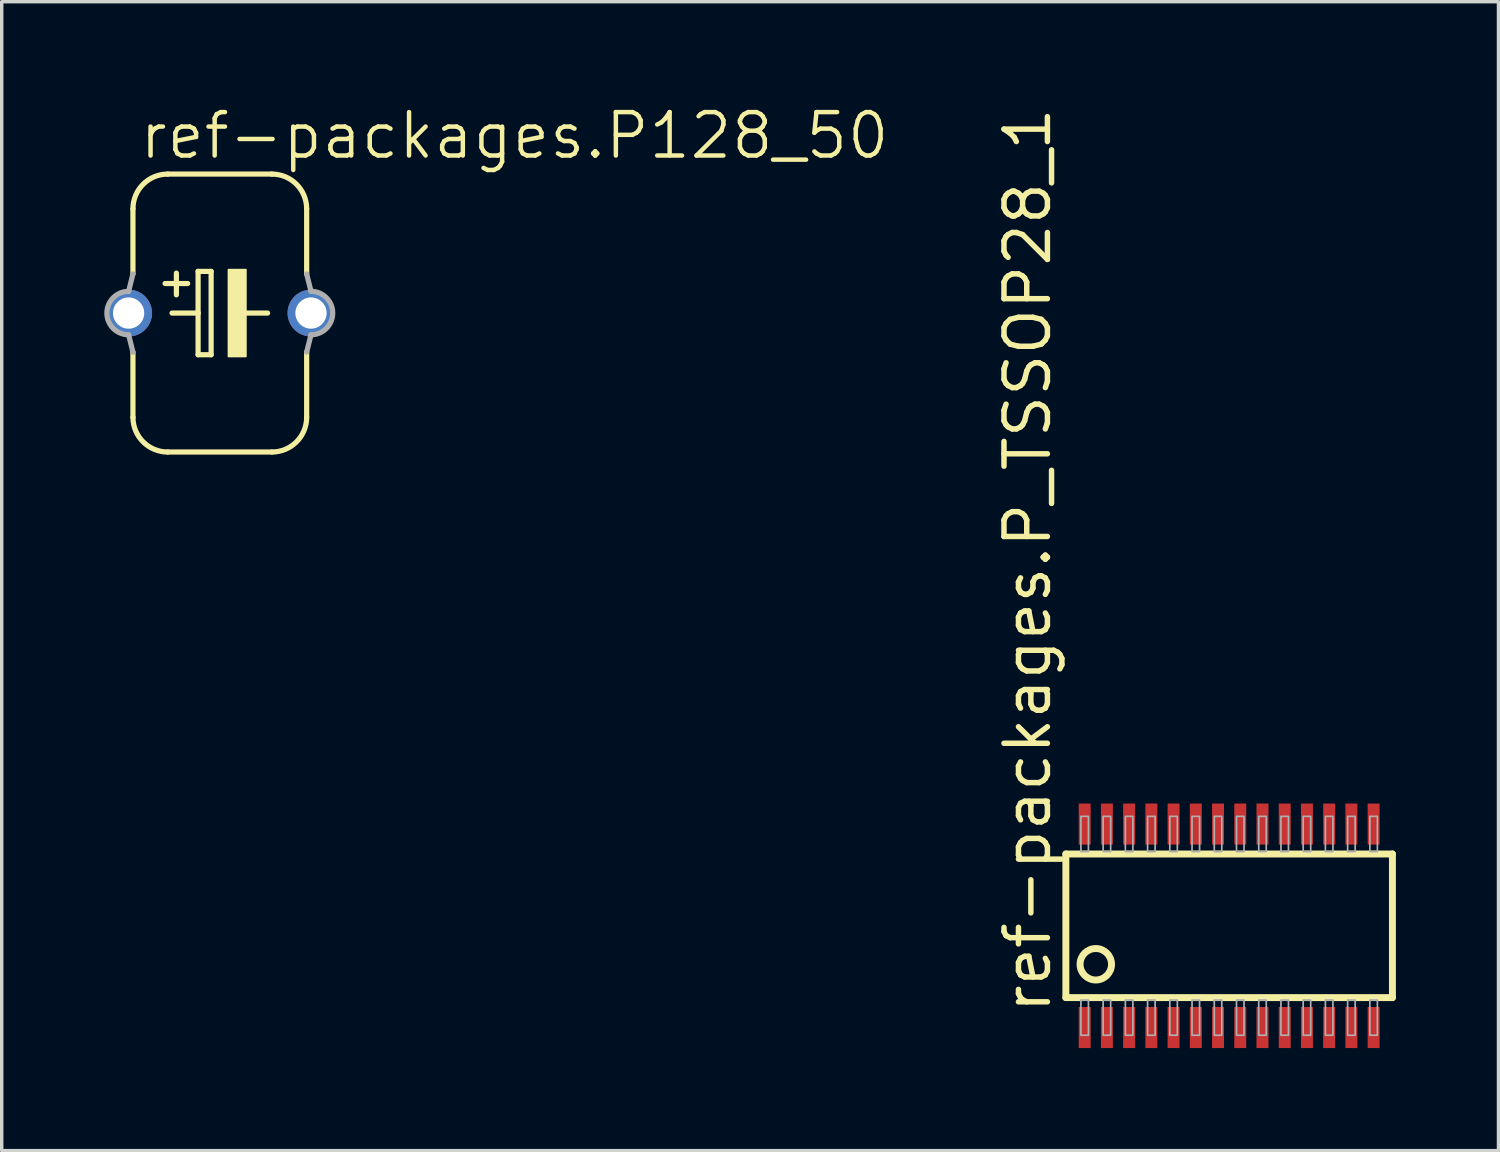
<source format=kicad_pcb>
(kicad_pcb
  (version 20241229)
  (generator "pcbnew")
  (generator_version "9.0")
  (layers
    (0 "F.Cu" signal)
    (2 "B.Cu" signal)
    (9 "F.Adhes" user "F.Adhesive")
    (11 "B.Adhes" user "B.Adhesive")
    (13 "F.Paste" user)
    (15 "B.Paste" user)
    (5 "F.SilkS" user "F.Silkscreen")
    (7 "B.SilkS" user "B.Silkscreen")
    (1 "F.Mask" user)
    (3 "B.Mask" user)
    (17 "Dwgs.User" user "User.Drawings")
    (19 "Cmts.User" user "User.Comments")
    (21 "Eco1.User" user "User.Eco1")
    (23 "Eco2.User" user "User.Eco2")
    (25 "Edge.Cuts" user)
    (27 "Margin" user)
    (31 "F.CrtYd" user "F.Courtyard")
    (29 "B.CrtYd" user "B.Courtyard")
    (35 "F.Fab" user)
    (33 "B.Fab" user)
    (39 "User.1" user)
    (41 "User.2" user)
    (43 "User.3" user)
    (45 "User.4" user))
  (footprint "ref-packages.P_TSSOP28_1"
    (layer "F.Cu")
    (at 32.895 24.024)
    (property "Reference" "ref-packages.P_TSSOP28_1" (at -5.151 2.63 90) (layer "F.SilkS") (effects (font (size 1.27 1.27) (thickness 0.16)) (justify left bottom)))
    (attr smd)
    (fp_line (start -4.775 -2.1) (end -4.775 2.1) (stroke (width 0.203) (type default)) (layer "F.SilkS"))
    (fp_line (start -4.775 2.1) (end 4.775 2.1) (stroke (width 0.203) (type default)) (layer "F.SilkS"))
    (fp_line (start 4.775 -2.1) (end -4.775 -2.1) (stroke (width 0.203) (type default)) (layer "F.SilkS"))
    (fp_line (start 4.775 2.1) (end 4.775 -2.1) (stroke (width 0.203) (type default)) (layer "F.SilkS"))
    (fp_circle (center -3.9 1.125) (end -3.44 1.125) (stroke (width 0.203) (type default)) (fill no) (layer "F.SilkS"))
    (fp_rect (start -4.335 -2.17) (end -4.115 -3.2) (stroke (width 0.05) (type default)) (fill no) (layer "F.Fab"))
    (fp_rect (start -4.335 3.2) (end -4.115 2.17) (stroke (width 0.05) (type default)) (fill no) (layer "F.Fab"))
    (fp_rect (start -3.685 -2.17) (end -3.465 -3.2) (stroke (width 0.05) (type default)) (fill no) (layer "F.Fab"))
    (fp_rect (start -3.685 3.2) (end -3.465 2.17) (stroke (width 0.05) (type default)) (fill no) (layer "F.Fab"))
    (fp_rect (start -3.035 -2.17) (end -2.815 -3.2) (stroke (width 0.05) (type default)) (fill no) (layer "F.Fab"))
    (fp_rect (start -3.035 3.2) (end -2.815 2.17) (stroke (width 0.05) (type default)) (fill no) (layer "F.Fab"))
    (fp_rect (start -2.385 -2.17) (end -2.165 -3.2) (stroke (width 0.05) (type default)) (fill no) (layer "F.Fab"))
    (fp_rect (start -2.385 3.2) (end -2.165 2.17) (stroke (width 0.05) (type default)) (fill no) (layer "F.Fab"))
    (fp_rect (start -1.735 -2.17) (end -1.515 -3.2) (stroke (width 0.05) (type default)) (fill no) (layer "F.Fab"))
    (fp_rect (start -1.735 3.2) (end -1.515 2.17) (stroke (width 0.05) (type default)) (fill no) (layer "F.Fab"))
    (fp_rect (start -1.085 -2.17) (end -0.865 -3.2) (stroke (width 0.05) (type default)) (fill no) (layer "F.Fab"))
    (fp_rect (start -1.085 3.2) (end -0.865 2.17) (stroke (width 0.05) (type default)) (fill no) (layer "F.Fab"))
    (fp_rect (start -0.435 -2.17) (end -0.215 -3.2) (stroke (width 0.05) (type default)) (fill no) (layer "F.Fab"))
    (fp_rect (start -0.435 3.2) (end -0.215 2.17) (stroke (width 0.05) (type default)) (fill no) (layer "F.Fab"))
    (fp_rect (start 0.215 -2.17) (end 0.435 -3.2) (stroke (width 0.05) (type default)) (fill no) (layer "F.Fab"))
    (fp_rect (start 0.215 3.2) (end 0.435 2.17) (stroke (width 0.05) (type default)) (fill no) (layer "F.Fab"))
    (fp_rect (start 0.865 -2.17) (end 1.085 -3.2) (stroke (width 0.05) (type default)) (fill no) (layer "F.Fab"))
    (fp_rect (start 0.865 3.2) (end 1.085 2.17) (stroke (width 0.05) (type default)) (fill no) (layer "F.Fab"))
    (fp_rect (start 1.515 -2.17) (end 1.735 -3.2) (stroke (width 0.05) (type default)) (fill no) (layer "F.Fab"))
    (fp_rect (start 1.515 3.2) (end 1.735 2.17) (stroke (width 0.05) (type default)) (fill no) (layer "F.Fab"))
    (fp_rect (start 2.165 -2.17) (end 2.385 -3.2) (stroke (width 0.05) (type default)) (fill no) (layer "F.Fab"))
    (fp_rect (start 2.165 3.2) (end 2.385 2.17) (stroke (width 0.05) (type default)) (fill no) (layer "F.Fab"))
    (fp_rect (start 2.815 -2.17) (end 3.035 -3.2) (stroke (width 0.05) (type default)) (fill no) (layer "F.Fab"))
    (fp_rect (start 2.815 3.2) (end 3.035 2.17) (stroke (width 0.05) (type default)) (fill no) (layer "F.Fab"))
    (fp_rect (start 3.465 -2.17) (end 3.685 -3.2) (stroke (width 0.05) (type default)) (fill no) (layer "F.Fab"))
    (fp_rect (start 3.465 3.2) (end 3.685 2.17) (stroke (width 0.05) (type default)) (fill no) (layer "F.Fab"))
    (fp_rect (start 4.115 -2.17) (end 4.335 -3.2) (stroke (width 0.05) (type default)) (fill no) (layer "F.Fab"))
    (fp_rect (start 4.115 3.2) (end 4.335 2.17) (stroke (width 0.05) (type default)) (fill no) (layer "F.Fab"))
    (pad "1" smd roundrect (at -4.225 2.975) (size 0.35 1.2) (layers "F.Cu" "F.Mask" "F.Paste") (roundrect_rratio 0.01))
    (pad "2" smd roundrect (at -3.575 2.975) (size 0.35 1.2) (layers "F.Cu" "F.Mask" "F.Paste") (roundrect_rratio 0.01))
    (pad "3" smd roundrect (at -2.925 2.975) (size 0.35 1.2) (layers "F.Cu" "F.Mask" "F.Paste") (roundrect_rratio 0.01))
    (pad "4" smd roundrect (at -2.275 2.975) (size 0.35 1.2) (layers "F.Cu" "F.Mask" "F.Paste") (roundrect_rratio 0.01))
    (pad "5" smd roundrect (at -1.625 2.975) (size 0.35 1.2) (layers "F.Cu" "F.Mask" "F.Paste") (roundrect_rratio 0.01))
    (pad "6" smd roundrect (at -0.975 2.975) (size 0.35 1.2) (layers "F.Cu" "F.Mask" "F.Paste") (roundrect_rratio 0.01))
    (pad "7" smd roundrect (at -0.325 2.975) (size 0.35 1.2) (layers "F.Cu" "F.Mask" "F.Paste") (roundrect_rratio 0.01))
    (pad "8" smd roundrect (at 0.325 2.975) (size 0.35 1.2) (layers "F.Cu" "F.Mask" "F.Paste") (roundrect_rratio 0.01))
    (pad "9" smd roundrect (at 0.975 2.975) (size 0.35 1.2) (layers "F.Cu" "F.Mask" "F.Paste") (roundrect_rratio 0.01))
    (pad "10" smd roundrect (at 1.625 2.975) (size 0.35 1.2) (layers "F.Cu" "F.Mask" "F.Paste") (roundrect_rratio 0.01))
    (pad "11" smd roundrect (at 2.275 2.975) (size 0.35 1.2) (layers "F.Cu" "F.Mask" "F.Paste") (roundrect_rratio 0.01))
    (pad "12" smd roundrect (at 2.925 2.975) (size 0.35 1.2) (layers "F.Cu" "F.Mask" "F.Paste") (roundrect_rratio 0.01))
    (pad "13" smd roundrect (at 3.575 2.975) (size 0.35 1.2) (layers "F.Cu" "F.Mask" "F.Paste") (roundrect_rratio 0.01))
    (pad "14" smd roundrect (at 4.225 2.975) (size 0.35 1.2) (layers "F.Cu" "F.Mask" "F.Paste") (roundrect_rratio 0.01))
    (pad "15" smd roundrect (at 4.225 -2.975) (size 0.35 1.2) (layers "F.Cu" "F.Mask" "F.Paste") (roundrect_rratio 0.01))
    (pad "16" smd roundrect (at 3.575 -2.975) (size 0.35 1.2) (layers "F.Cu" "F.Mask" "F.Paste") (roundrect_rratio 0.01))
    (pad "17" smd roundrect (at 2.925 -2.975) (size 0.35 1.2) (layers "F.Cu" "F.Mask" "F.Paste") (roundrect_rratio 0.01))
    (pad "18" smd roundrect (at 2.275 -2.975) (size 0.35 1.2) (layers "F.Cu" "F.Mask" "F.Paste") (roundrect_rratio 0.01))
    (pad "19" smd roundrect (at 1.625 -2.975) (size 0.35 1.2) (layers "F.Cu" "F.Mask" "F.Paste") (roundrect_rratio 0.01))
    (pad "20" smd roundrect (at 0.975 -2.975) (size 0.35 1.2) (layers "F.Cu" "F.Mask" "F.Paste") (roundrect_rratio 0.01))
    (pad "21" smd roundrect (at 0.325 -2.975) (size 0.35 1.2) (layers "F.Cu" "F.Mask" "F.Paste") (roundrect_rratio 0.01))
    (pad "22" smd roundrect (at -0.325 -2.975) (size 0.35 1.2) (layers "F.Cu" "F.Mask" "F.Paste") (roundrect_rratio 0.01))
    (pad "23" smd roundrect (at -0.975 -2.975) (size 0.35 1.2) (layers "F.Cu" "F.Mask" "F.Paste") (roundrect_rratio 0.01))
    (pad "24" smd roundrect (at -1.625 -2.975) (size 0.35 1.2) (layers "F.Cu" "F.Mask" "F.Paste") (roundrect_rratio 0.01))
    (pad "25" smd roundrect (at -2.275 -2.975) (size 0.35 1.2) (layers "F.Cu" "F.Mask" "F.Paste") (roundrect_rratio 0.01))
    (pad "26" smd roundrect (at -2.925 -2.975) (size 0.35 1.2) (layers "F.Cu" "F.Mask" "F.Paste") (roundrect_rratio 0.01))
    (pad "27" smd roundrect (at -3.575 -2.975) (size 0.35 1.2) (layers "F.Cu" "F.Mask" "F.Paste") (roundrect_rratio 0.01))
    (pad "28" smd roundrect (at -4.225 -2.975) (size 0.35 1.2) (layers "F.Cu" "F.Mask" "F.Paste") (roundrect_rratio 0.01)))
  (footprint "ref-packages.P128_50"
    (layer "F.Cu")
    (at 3.378 6.105)
    (property "Reference" "ref-packages.P128_50" (at -2.413 -4.445 0) (layer "F.SilkS") (effects (font (size 1.27 1.27) (thickness 0.13)) (justify left bottom)))
    (attr through_hole)
    (fp_line (start -2.54 -3.048) (end -2.54 -1.143) (stroke (width 0.152) (type default)) (layer "F.SilkS"))
    (fp_line (start -2.54 1.143) (end -2.54 3.048) (stroke (width 0.152) (type default)) (layer "F.SilkS"))
    (fp_line (start -1.524 4.064) (end 1.524 4.064) (stroke (width 0.152) (type default)) (layer "F.SilkS"))
    (fp_line (start -1.397 0) (end -0.635 0) (stroke (width 0.152) (type default)) (layer "F.SilkS"))
    (fp_line (start -1.27 -1.168) (end -1.27 -0.533) (stroke (width 0.152) (type default)) (layer "F.SilkS"))
    (fp_line (start -0.94 -0.864) (end -1.6 -0.864) (stroke (width 0.152) (type default)) (layer "F.SilkS"))
    (fp_line (start -0.635 -1.219) (end -0.635 0) (stroke (width 0.152) (type default)) (layer "F.SilkS"))
    (fp_line (start -0.635 0) (end -0.635 1.219) (stroke (width 0.152) (type default)) (layer "F.SilkS"))
    (fp_line (start -0.635 1.219) (end -0.254 1.219) (stroke (width 0.152) (type default)) (layer "F.SilkS"))
    (fp_line (start -0.254 -1.219) (end -0.635 -1.219) (stroke (width 0.152) (type default)) (layer "F.SilkS"))
    (fp_line (start -0.254 1.219) (end -0.254 -1.219) (stroke (width 0.152) (type default)) (layer "F.SilkS"))
    (fp_line (start 0.635 0) (end 1.397 0) (stroke (width 0.152) (type default)) (layer "F.SilkS"))
    (fp_line (start 1.524 -4.064) (end -1.524 -4.064) (stroke (width 0.152) (type default)) (layer "F.SilkS"))
    (fp_line (start 2.54 -3.048) (end 2.54 -1.143) (stroke (width 0.152) (type default)) (layer "F.SilkS"))
    (fp_line (start 2.54 1.143) (end 2.54 3.048) (stroke (width 0.152) (type default)) (layer "F.SilkS"))
    (fp_rect (start 0.254 1.27) (end 0.762 -1.27) (stroke (width 0.05) (type default)) (fill yes) (layer "F.SilkS"))
    (fp_arc (start -2.54 -3.048) (mid -2.24242 -3.76642) (end -1.524 -4.064) (stroke (width 0.1524) (type default)) (layer "F.SilkS"))
    (fp_arc (start -1.524 4.064) (mid -2.24242 3.76642) (end -2.54 3.048) (stroke (width 0.1524) (type default)) (layer "F.SilkS"))
    (fp_arc (start 1.524 -4.064) (mid 2.24242 -3.76642) (end 2.54 -3.048) (stroke (width 0.1524) (type default)) (layer "F.SilkS"))
    (fp_arc (start 2.54 3.048) (mid 2.24242 3.76642) (end 1.524 4.064) (stroke (width 0.1524) (type default)) (layer "F.SilkS"))
    (fp_line (start -2.667 -0.635) (end -2.54 -1.143) (stroke (width 0.152) (type default)) (layer "F.Fab"))
    (fp_line (start -2.54 1.143) (end -2.667 0.635) (stroke (width 0.152) (type default)) (layer "F.Fab"))
    (fp_line (start 2.54 1.143) (end 2.667 0.635) (stroke (width 0.152) (type default)) (layer "F.Fab"))
    (fp_line (start 2.667 -0.635) (end 2.54 -1.143) (stroke (width 0.152) (type default)) (layer "F.Fab"))
    (fp_arc (start -2.667 0.635) (mid -3.302 0) (end -2.667 -0.635) (stroke (width 0.1524) (type default)) (layer "F.Fab"))
    (fp_arc (start 2.667 -0.635) (mid 3.302 0) (end 2.667 0.635) (stroke (width 0.1524) (type default)) (layer "F.Fab"))
    (pad "+" thru_hole circle (at -2.667 0) (size 1.372 1.372) (drill 0.914) (layers "*.Cu" "*.Mask"))
    (pad "-" thru_hole circle (at 2.667 0) (size 1.372 1.372) (drill 0.914) (layers "*.Cu" "*.Mask")))
  (gr_rect
    (start -3 -3)
    (end 40.771 30.599)
    (stroke (width 0.1) (type default))
    (fill no)
    (layer "Edge.Cuts")))
</source>
